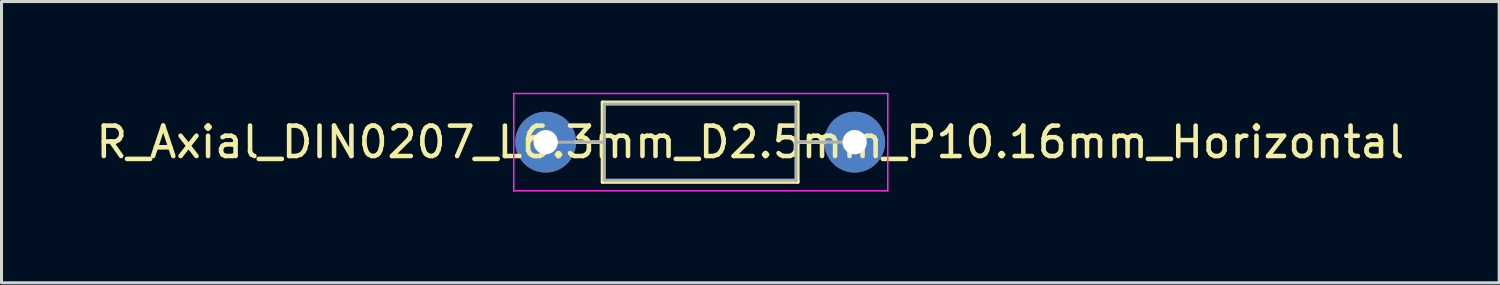
<source format=kicad_pcb>
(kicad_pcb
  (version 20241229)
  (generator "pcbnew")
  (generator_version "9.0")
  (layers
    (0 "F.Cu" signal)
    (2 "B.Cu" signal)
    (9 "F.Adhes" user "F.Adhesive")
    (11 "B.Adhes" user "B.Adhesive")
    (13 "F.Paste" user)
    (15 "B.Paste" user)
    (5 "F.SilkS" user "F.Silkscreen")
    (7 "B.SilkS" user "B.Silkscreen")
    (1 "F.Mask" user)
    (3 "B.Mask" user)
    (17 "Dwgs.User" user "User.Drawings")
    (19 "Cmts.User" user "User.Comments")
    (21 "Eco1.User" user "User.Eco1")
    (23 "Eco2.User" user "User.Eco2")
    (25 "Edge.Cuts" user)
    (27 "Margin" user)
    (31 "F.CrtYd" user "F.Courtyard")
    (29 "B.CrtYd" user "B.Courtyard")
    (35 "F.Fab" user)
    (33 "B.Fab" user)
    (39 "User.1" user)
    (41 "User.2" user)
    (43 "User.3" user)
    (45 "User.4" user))
  (footprint "R_Axial_DIN0207_L6.3mm_D2.5mm_P10.16mm_Horizontal"
    (layer "F.Cu")
    (at 14.894 1.625)
    (property "Reference" "R_Axial_DIN0207_L6.3mm_D2.5mm_P10.16mm_Horizontal" (at 6.731 0 0) (layer "F.SilkS") (effects (font (size 1 1) (thickness 0.15))))
    (attr through_hole)
    (fp_line (start 0.98 0) (end 1.87 0) (stroke (width 0.12) (type solid)) (layer "F.SilkS"))
    (fp_line (start 1.87 -1.31) (end 1.87 1.31) (stroke (width 0.12) (type solid)) (layer "F.SilkS"))
    (fp_line (start 1.87 1.31) (end 8.29 1.31) (stroke (width 0.12) (type solid)) (layer "F.SilkS"))
    (fp_line (start 8.29 -1.31) (end 1.87 -1.31) (stroke (width 0.12) (type solid)) (layer "F.SilkS"))
    (fp_line (start 8.29 1.31) (end 8.29 -1.31) (stroke (width 0.12) (type solid)) (layer "F.SilkS"))
    (fp_line (start 9.18 0) (end 8.29 0) (stroke (width 0.12) (type solid)) (layer "F.SilkS"))
    (fp_line (start -1.05 -1.6) (end -1.05 1.6) (stroke (width 0.05) (type solid)) (layer "F.CrtYd"))
    (fp_line (start -1.05 1.6) (end 11.25 1.6) (stroke (width 0.05) (type solid)) (layer "F.CrtYd"))
    (fp_line (start 11.25 -1.6) (end -1.05 -1.6) (stroke (width 0.05) (type solid)) (layer "F.CrtYd"))
    (fp_line (start 11.25 1.6) (end 11.25 -1.6) (stroke (width 0.05) (type solid)) (layer "F.CrtYd"))
    (fp_line (start 0 0) (end 1.93 0) (stroke (width 0.1) (type solid)) (layer "F.Fab"))
    (fp_line (start 1.93 -1.25) (end 1.93 1.25) (stroke (width 0.1) (type solid)) (layer "F.Fab"))
    (fp_line (start 1.93 1.25) (end 8.23 1.25) (stroke (width 0.1) (type solid)) (layer "F.Fab"))
    (fp_line (start 8.23 -1.25) (end 1.93 -1.25) (stroke (width 0.1) (type solid)) (layer "F.Fab"))
    (fp_line (start 8.23 1.25) (end 8.23 -1.25) (stroke (width 0.1) (type solid)) (layer "F.Fab"))
    (fp_line (start 10.16 0) (end 8.23 0) (stroke (width 0.1) (type solid)) (layer "F.Fab"))
    (pad "1" thru_hole circle (at 0 0) (size 2 2) (drill 0.8) (layers "*.Cu" "*.Mask"))
    (pad "2" thru_hole circle (at 10.16 0) (size 2 2) (drill 0.8) (layers "*.Cu" "*.Mask")))
  (gr_rect
    (start -3 -3)
    (end 46.25 6.25)
    (stroke (width 0.1) (type default))
    (fill no)
    (layer "Edge.Cuts")))
</source>
